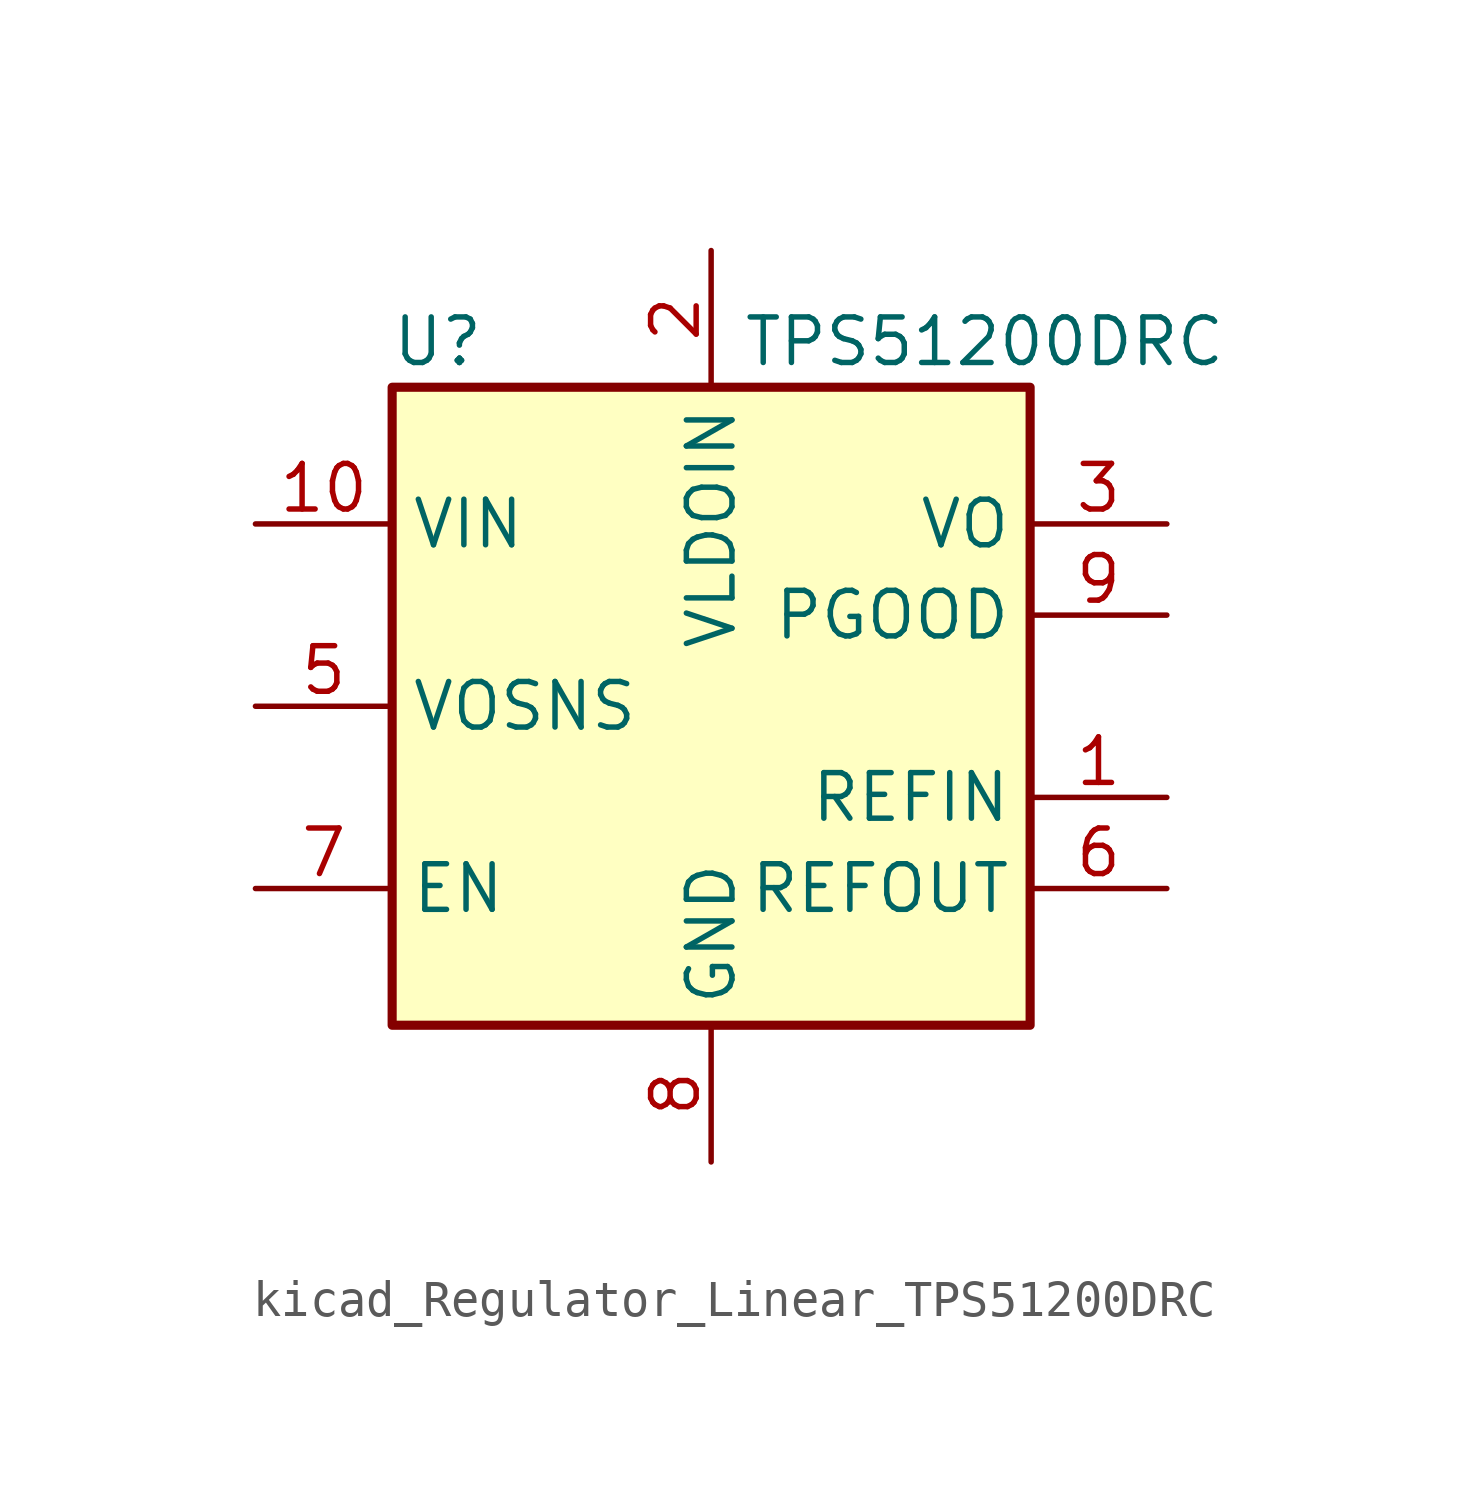
<source format=kicad_sym>
(kicad_symbol_lib
  (version 20220914)
  (generator kicad_symbol_editor)
  (symbol "kicad_Regulator_Linear_TPS51200DRC"
    (property "Reference" "U"
      (at -7.62 10.16 0)
      (effects (font (size 1.27 1.27))))
    (property "Value" "TPS51200DRC"
      (at 7.62 10.16 0)
      (effects (font (size 1.27 1.27))))
    (symbol "kicad_Regulator_Linear_TPS51200DRC_0_1"
      (rectangle (start -8.89 -8.89) (end 8.89 8.89) (stroke (width 0.254) (type default)) (fill (type background)))
      (pin input line (at 12.7 -2.54 180) (length 3.81) (name "REFIN" (effects (font (size 1.27 1.27)))) (number "1" (effects (font (size 1.27 1.27)))))
      (pin power_in line (at -12.7 5.08 0) (length 3.81) (name "VIN" (effects (font (size 1.27 1.27)))) (number "10" (effects (font (size 1.27 1.27)))))
      (pin passive line (at 0 -12.7 90) (length 3.81) hide (name "GND" (effects (font (size 1.27 1.27)))) (number "11" (effects (font (size 1.27 1.27)))))
      (pin power_in line (at 0 12.7 270) (length 3.81) (name "VLDOIN" (effects (font (size 1.27 1.27)))) (number "2" (effects (font (size 1.27 1.27)))))
      (pin power_out line (at 12.7 5.08 180) (length 3.81) (name "VO" (effects (font (size 1.27 1.27)))) (number "3" (effects (font (size 1.27 1.27)))))
      (pin passive line (at 0 -12.7 90) (length 3.81) hide (name "GND" (effects (font (size 1.27 1.27)))) (number "4" (effects (font (size 1.27 1.27)))))
      (pin input line (at -12.7 0 0) (length 3.81) (name "VOSNS" (effects (font (size 1.27 1.27)))) (number "5" (effects (font (size 1.27 1.27)))))
      (pin output line (at 12.7 -5.08 180) (length 3.81) (name "REFOUT" (effects (font (size 1.27 1.27)))) (number "6" (effects (font (size 1.27 1.27)))))
      (pin input line (at -12.7 -5.08 0) (length 3.81) (name "EN" (effects (font (size 1.27 1.27)))) (number "7" (effects (font (size 1.27 1.27)))))
      (pin power_in line (at 0 -12.7 90) (length 3.81) (name "GND" (effects (font (size 1.27 1.27)))) (number "8" (effects (font (size 1.27 1.27)))))
      (pin open_collector line (at 12.7 2.54 180) (length 3.81) (name "PGOOD" (effects (font (size 1.27 1.27)))) (number "9" (effects (font (size 1.27 1.27))))))))
</source>
